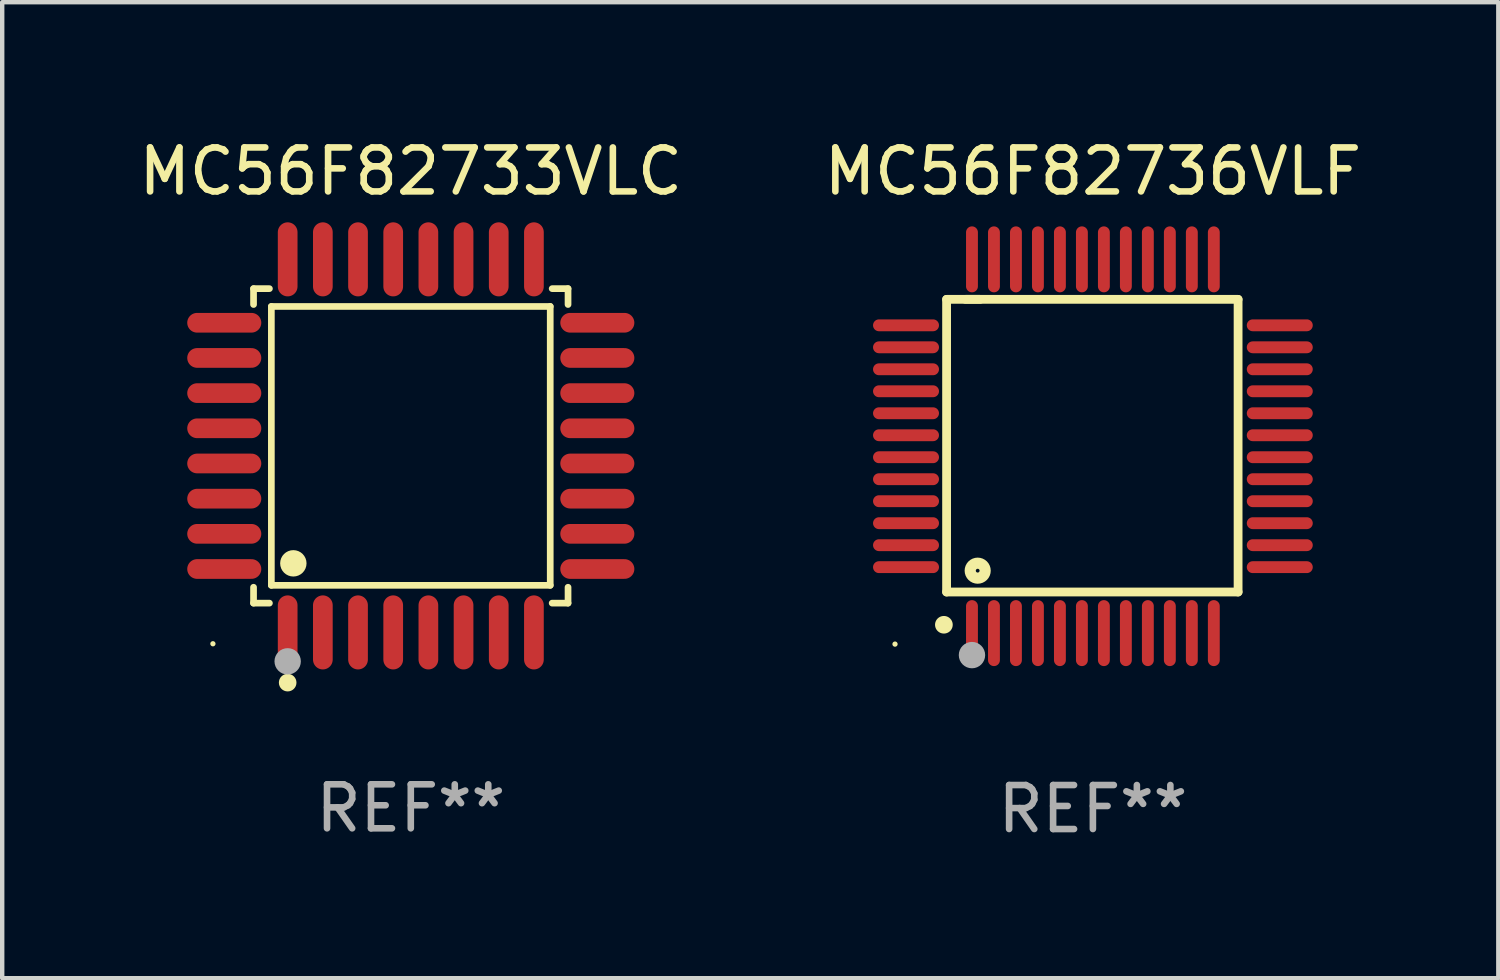
<source format=kicad_pcb>
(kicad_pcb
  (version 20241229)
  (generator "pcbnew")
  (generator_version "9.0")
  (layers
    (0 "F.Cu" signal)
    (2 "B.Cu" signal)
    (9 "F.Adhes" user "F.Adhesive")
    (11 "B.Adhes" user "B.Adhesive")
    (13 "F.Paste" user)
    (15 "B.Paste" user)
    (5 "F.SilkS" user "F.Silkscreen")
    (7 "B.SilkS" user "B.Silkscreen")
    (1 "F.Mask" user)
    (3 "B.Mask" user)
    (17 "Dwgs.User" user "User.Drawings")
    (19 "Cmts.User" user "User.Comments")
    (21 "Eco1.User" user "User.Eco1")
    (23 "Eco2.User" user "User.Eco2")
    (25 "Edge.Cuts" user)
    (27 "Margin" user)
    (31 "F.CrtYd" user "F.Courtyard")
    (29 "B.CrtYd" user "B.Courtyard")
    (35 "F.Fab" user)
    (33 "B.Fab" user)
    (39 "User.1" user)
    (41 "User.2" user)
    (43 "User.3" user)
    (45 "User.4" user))
  (footprint "MC56F82733VLC"
    (layer "F.Cu")
    (at 6.292 7.09)
    (property "Reference" "MC56F82733VLC" (at 0 -6.242 0) (layer "F.SilkS") (effects (font (size 1 1) (thickness 0.15))))
    (attr through_hole)
    (fp_line (start -3.576 -3.576) (end -3.215 -3.576) (stroke (width 0.152) (type solid)) (layer "F.SilkS"))
    (fp_line (start -3.576 -3.215) (end -3.576 -3.576) (stroke (width 0.152) (type solid)) (layer "F.SilkS"))
    (fp_line (start -3.576 3.215) (end -3.576 3.576) (stroke (width 0.152) (type solid)) (layer "F.SilkS"))
    (fp_line (start -3.576 3.576) (end -3.215 3.576) (stroke (width 0.152) (type solid)) (layer "F.SilkS"))
    (fp_line (start -3.171 -3.171) (end 3.171 -3.171) (stroke (width 0.152) (type solid)) (layer "F.SilkS"))
    (fp_line (start -3.171 3.171) (end -3.171 -3.171) (stroke (width 0.152) (type solid)) (layer "F.SilkS"))
    (fp_line (start 3.171 -3.171) (end 3.171 3.171) (stroke (width 0.152) (type solid)) (layer "F.SilkS"))
    (fp_line (start 3.171 3.171) (end -3.171 3.171) (stroke (width 0.152) (type solid)) (layer "F.SilkS"))
    (fp_line (start 3.576 -3.576) (end 3.215 -3.576) (stroke (width 0.152) (type solid)) (layer "F.SilkS"))
    (fp_line (start 3.576 -3.215) (end 3.576 -3.576) (stroke (width 0.152) (type solid)) (layer "F.SilkS"))
    (fp_line (start 3.576 3.215) (end 3.576 3.576) (stroke (width 0.152) (type solid)) (layer "F.SilkS"))
    (fp_line (start 3.576 3.576) (end 3.215 3.576) (stroke (width 0.152) (type solid)) (layer "F.SilkS"))
    (fp_circle (center -4.5 4.5) (end -4.47 4.5) (stroke (width 0.06) (type solid)) (fill no) (layer "F.SilkS"))
    (fp_circle (center -2.8 5.384) (end -2.7 5.384) (stroke (width 0.2) (type solid)) (fill no) (layer "F.SilkS"))
    (fp_circle (center -2.671 2.671) (end -2.521 2.671) (stroke (width 0.3) (type solid)) (fill no) (layer "F.SilkS"))
    (fp_circle (center -2.8 4.9) (end -2.65 4.9) (stroke (width 0.3) (type solid)) (fill no) (layer "F.Fab"))
    (fp_text user "REF**" (at 0 8.242 0) (layer "F.Fab") (effects (font (size 1 1) (thickness 0.15))))
    (pad "1" smd oval (at -2.8 4.242) (size 0.448 1.684) (layers "F.Cu" "F.Mask" "F.Paste"))
    (pad "2" smd oval (at -2 4.242) (size 0.448 1.684) (layers "F.Cu" "F.Mask" "F.Paste"))
    (pad "3" smd oval (at -1.2 4.242) (size 0.448 1.684) (layers "F.Cu" "F.Mask" "F.Paste"))
    (pad "4" smd oval (at -0.4 4.242) (size 0.448 1.684) (layers "F.Cu" "F.Mask" "F.Paste"))
    (pad "5" smd oval (at 0.4 4.242) (size 0.448 1.684) (layers "F.Cu" "F.Mask" "F.Paste"))
    (pad "6" smd oval (at 1.2 4.242) (size 0.448 1.684) (layers "F.Cu" "F.Mask" "F.Paste"))
    (pad "7" smd oval (at 2 4.242) (size 0.448 1.684) (layers "F.Cu" "F.Mask" "F.Paste"))
    (pad "8" smd oval (at 2.8 4.242) (size 0.448 1.684) (layers "F.Cu" "F.Mask" "F.Paste"))
    (pad "9" smd oval (at 4.242 2.8) (size 1.684 0.448) (layers "F.Cu" "F.Mask" "F.Paste"))
    (pad "10" smd oval (at 4.242 2) (size 1.684 0.448) (layers "F.Cu" "F.Mask" "F.Paste"))
    (pad "11" smd oval (at 4.242 1.2) (size 1.684 0.448) (layers "F.Cu" "F.Mask" "F.Paste"))
    (pad "12" smd oval (at 4.242 0.4) (size 1.684 0.448) (layers "F.Cu" "F.Mask" "F.Paste"))
    (pad "13" smd oval (at 4.242 -0.4) (size 1.684 0.448) (layers "F.Cu" "F.Mask" "F.Paste"))
    (pad "14" smd oval (at 4.242 -1.2) (size 1.684 0.448) (layers "F.Cu" "F.Mask" "F.Paste"))
    (pad "15" smd oval (at 4.242 -2) (size 1.684 0.448) (layers "F.Cu" "F.Mask" "F.Paste"))
    (pad "16" smd oval (at 4.242 -2.8) (size 1.684 0.448) (layers "F.Cu" "F.Mask" "F.Paste"))
    (pad "17" smd oval (at 2.8 -4.242) (size 0.448 1.684) (layers "F.Cu" "F.Mask" "F.Paste"))
    (pad "18" smd oval (at 2 -4.242) (size 0.448 1.684) (layers "F.Cu" "F.Mask" "F.Paste"))
    (pad "19" smd oval (at 1.2 -4.242) (size 0.448 1.684) (layers "F.Cu" "F.Mask" "F.Paste"))
    (pad "20" smd oval (at 0.4 -4.242) (size 0.448 1.684) (layers "F.Cu" "F.Mask" "F.Paste"))
    (pad "21" smd oval (at -0.4 -4.242) (size 0.448 1.684) (layers "F.Cu" "F.Mask" "F.Paste"))
    (pad "22" smd oval (at -1.2 -4.242) (size 0.448 1.684) (layers "F.Cu" "F.Mask" "F.Paste"))
    (pad "23" smd oval (at -2 -4.242) (size 0.448 1.684) (layers "F.Cu" "F.Mask" "F.Paste"))
    (pad "24" smd oval (at -2.8 -4.242) (size 0.448 1.684) (layers "F.Cu" "F.Mask" "F.Paste"))
    (pad "25" smd oval (at -4.242 -2.8) (size 1.684 0.448) (layers "F.Cu" "F.Mask" "F.Paste"))
    (pad "26" smd oval (at -4.242 -2) (size 1.684 0.448) (layers "F.Cu" "F.Mask" "F.Paste"))
    (pad "27" smd oval (at -4.242 -1.2) (size 1.684 0.448) (layers "F.Cu" "F.Mask" "F.Paste"))
    (pad "28" smd oval (at -4.242 -0.4) (size 1.684 0.448) (layers "F.Cu" "F.Mask" "F.Paste"))
    (pad "29" smd oval (at -4.242 0.4) (size 1.684 0.448) (layers "F.Cu" "F.Mask" "F.Paste"))
    (pad "30" smd oval (at -4.242 1.2) (size 1.684 0.448) (layers "F.Cu" "F.Mask" "F.Paste"))
    (pad "31" smd oval (at -4.242 2) (size 1.684 0.448) (layers "F.Cu" "F.Mask" "F.Paste"))
    (pad "32" smd oval (at -4.242 2.8) (size 1.684 0.448) (layers "F.Cu" "F.Mask" "F.Paste")))
  (footprint "MC56F82736VLF"
    (layer "F.Cu")
    (at 21.804 7.098)
    (property "Reference" "MC56F82736VLF" (at 0 -6.25 0) (layer "F.SilkS") (effects (font (size 1 1) (thickness 0.15))))
    (attr through_hole)
    (fp_line (start -3.327 -3.34) (end -2.565 -3.34) (stroke (width 0.2) (type solid)) (layer "F.SilkS"))
    (fp_line (start -3.327 3.315) (end -3.327 -3.34) (stroke (width 0.2) (type solid)) (layer "F.SilkS"))
    (fp_line (start -2.896 -3.34) (end 3.302 -3.34) (stroke (width 0.2) (type solid)) (layer "F.SilkS"))
    (fp_line (start 3.302 -3.34) (end 3.302 3.315) (stroke (width 0.2) (type solid)) (layer "F.SilkS"))
    (fp_line (start 3.302 3.315) (end -3.327 3.315) (stroke (width 0.2) (type solid)) (layer "F.SilkS"))
    (fp_arc (start -3.389992 4.059995) (mid -3.388722 4.059991) (end -3.387452 4.059995) (stroke (width 0.4) (type solid)) (layer "F.SilkS"))
    (fp_circle (center -4.5 4.5) (end -4.47 4.5) (stroke (width 0.06) (type solid)) (fill no) (layer "F.SilkS"))
    (fp_circle (center -2.62 2.83) (end -2.45 2.83) (stroke (width 0.254) (type solid)) (fill no) (layer "F.SilkS"))
    (fp_circle (center -2.75 4.75) (end -2.6 4.75) (stroke (width 0.3) (type solid)) (fill no) (layer "F.Fab"))
    (fp_text user "REF**" (at 0 8.25 0) (layer "F.Fab") (effects (font (size 1 1) (thickness 0.15))))
    (pad "1" smd oval (at -2.75 4.25) (size 0.27 1.5) (layers "F.Cu" "F.Mask" "F.Paste"))
    (pad "2" smd oval (at -2.25 4.25) (size 0.27 1.5) (layers "F.Cu" "F.Mask" "F.Paste"))
    (pad "3" smd oval (at -1.75 4.25) (size 0.27 1.5) (layers "F.Cu" "F.Mask" "F.Paste"))
    (pad "4" smd oval (at -1.25 4.25) (size 0.27 1.5) (layers "F.Cu" "F.Mask" "F.Paste"))
    (pad "5" smd oval (at -0.75 4.25) (size 0.27 1.5) (layers "F.Cu" "F.Mask" "F.Paste"))
    (pad "6" smd oval (at -0.25 4.25) (size 0.27 1.5) (layers "F.Cu" "F.Mask" "F.Paste"))
    (pad "7" smd oval (at 0.25 4.25) (size 0.27 1.5) (layers "F.Cu" "F.Mask" "F.Paste"))
    (pad "8" smd oval (at 0.75 4.25) (size 0.27 1.5) (layers "F.Cu" "F.Mask" "F.Paste"))
    (pad "9" smd oval (at 1.25 4.25) (size 0.27 1.5) (layers "F.Cu" "F.Mask" "F.Paste"))
    (pad "10" smd oval (at 1.75 4.25) (size 0.27 1.5) (layers "F.Cu" "F.Mask" "F.Paste"))
    (pad "11" smd oval (at 2.25 4.25) (size 0.27 1.5) (layers "F.Cu" "F.Mask" "F.Paste"))
    (pad "12" smd oval (at 2.75 4.25) (size 0.27 1.5) (layers "F.Cu" "F.Mask" "F.Paste"))
    (pad "13" smd oval (at 4.25 2.75) (size 1.5 0.27) (layers "F.Cu" "F.Mask" "F.Paste"))
    (pad "14" smd oval (at 4.25 2.25) (size 1.5 0.27) (layers "F.Cu" "F.Mask" "F.Paste"))
    (pad "15" smd oval (at 4.25 1.75) (size 1.5 0.27) (layers "F.Cu" "F.Mask" "F.Paste"))
    (pad "16" smd oval (at 4.25 1.25) (size 1.5 0.27) (layers "F.Cu" "F.Mask" "F.Paste"))
    (pad "17" smd oval (at 4.25 0.75) (size 1.5 0.27) (layers "F.Cu" "F.Mask" "F.Paste"))
    (pad "18" smd oval (at 4.25 0.25) (size 1.5 0.27) (layers "F.Cu" "F.Mask" "F.Paste"))
    (pad "19" smd oval (at 4.25 -0.25) (size 1.5 0.27) (layers "F.Cu" "F.Mask" "F.Paste"))
    (pad "20" smd oval (at 4.25 -0.75) (size 1.5 0.27) (layers "F.Cu" "F.Mask" "F.Paste"))
    (pad "21" smd oval (at 4.25 -1.25) (size 1.5 0.27) (layers "F.Cu" "F.Mask" "F.Paste"))
    (pad "22" smd oval (at 4.25 -1.75) (size 1.5 0.27) (layers "F.Cu" "F.Mask" "F.Paste"))
    (pad "23" smd oval (at 4.25 -2.25) (size 1.5 0.27) (layers "F.Cu" "F.Mask" "F.Paste"))
    (pad "24" smd oval (at 4.25 -2.75) (size 1.5 0.27) (layers "F.Cu" "F.Mask" "F.Paste"))
    (pad "25" smd oval (at 2.75 -4.25) (size 0.27 1.5) (layers "F.Cu" "F.Mask" "F.Paste"))
    (pad "26" smd oval (at 2.25 -4.25) (size 0.27 1.5) (layers "F.Cu" "F.Mask" "F.Paste"))
    (pad "27" smd oval (at 1.75 -4.25) (size 0.27 1.5) (layers "F.Cu" "F.Mask" "F.Paste"))
    (pad "28" smd oval (at 1.25 -4.25) (size 0.27 1.5) (layers "F.Cu" "F.Mask" "F.Paste"))
    (pad "29" smd oval (at 0.75 -4.25) (size 0.27 1.5) (layers "F.Cu" "F.Mask" "F.Paste"))
    (pad "30" smd oval (at 0.25 -4.25) (size 0.27 1.5) (layers "F.Cu" "F.Mask" "F.Paste"))
    (pad "31" smd oval (at -0.25 -4.25) (size 0.27 1.5) (layers "F.Cu" "F.Mask" "F.Paste"))
    (pad "32" smd oval (at -0.75 -4.25) (size 0.27 1.5) (layers "F.Cu" "F.Mask" "F.Paste"))
    (pad "33" smd oval (at -1.25 -4.25) (size 0.27 1.5) (layers "F.Cu" "F.Mask" "F.Paste"))
    (pad "34" smd oval (at -1.75 -4.25) (size 0.27 1.5) (layers "F.Cu" "F.Mask" "F.Paste"))
    (pad "35" smd oval (at -2.25 -4.25) (size 0.27 1.5) (layers "F.Cu" "F.Mask" "F.Paste"))
    (pad "36" smd oval (at -2.75 -4.25) (size 0.27 1.5) (layers "F.Cu" "F.Mask" "F.Paste"))
    (pad "37" smd oval (at -4.25 -2.75) (size 1.5 0.27) (layers "F.Cu" "F.Mask" "F.Paste"))
    (pad "38" smd oval (at -4.25 -2.25) (size 1.5 0.27) (layers "F.Cu" "F.Mask" "F.Paste"))
    (pad "39" smd oval (at -4.25 -1.75) (size 1.5 0.27) (layers "F.Cu" "F.Mask" "F.Paste"))
    (pad "40" smd oval (at -4.25 -1.25) (size 1.5 0.27) (layers "F.Cu" "F.Mask" "F.Paste"))
    (pad "41" smd oval (at -4.25 -0.75) (size 1.5 0.27) (layers "F.Cu" "F.Mask" "F.Paste"))
    (pad "42" smd oval (at -4.25 -0.25) (size 1.5 0.27) (layers "F.Cu" "F.Mask" "F.Paste"))
    (pad "43" smd oval (at -4.25 0.25) (size 1.5 0.27) (layers "F.Cu" "F.Mask" "F.Paste"))
    (pad "44" smd oval (at -4.25 0.75) (size 1.5 0.27) (layers "F.Cu" "F.Mask" "F.Paste"))
    (pad "45" smd oval (at -4.25 1.25) (size 1.5 0.27) (layers "F.Cu" "F.Mask" "F.Paste"))
    (pad "46" smd oval (at -4.25 1.75) (size 1.5 0.27) (layers "F.Cu" "F.Mask" "F.Paste"))
    (pad "47" smd oval (at -4.25 2.25) (size 1.5 0.27) (layers "F.Cu" "F.Mask" "F.Paste"))
    (pad "48" smd oval (at -4.25 2.75) (size 1.5 0.27) (layers "F.Cu" "F.Mask" "F.Paste")))
  (gr_rect
    (start -3 -3)
    (end 31.024 19.196)
    (stroke (width 0.1) (type default))
    (fill no)
    (layer "Edge.Cuts")))
</source>
